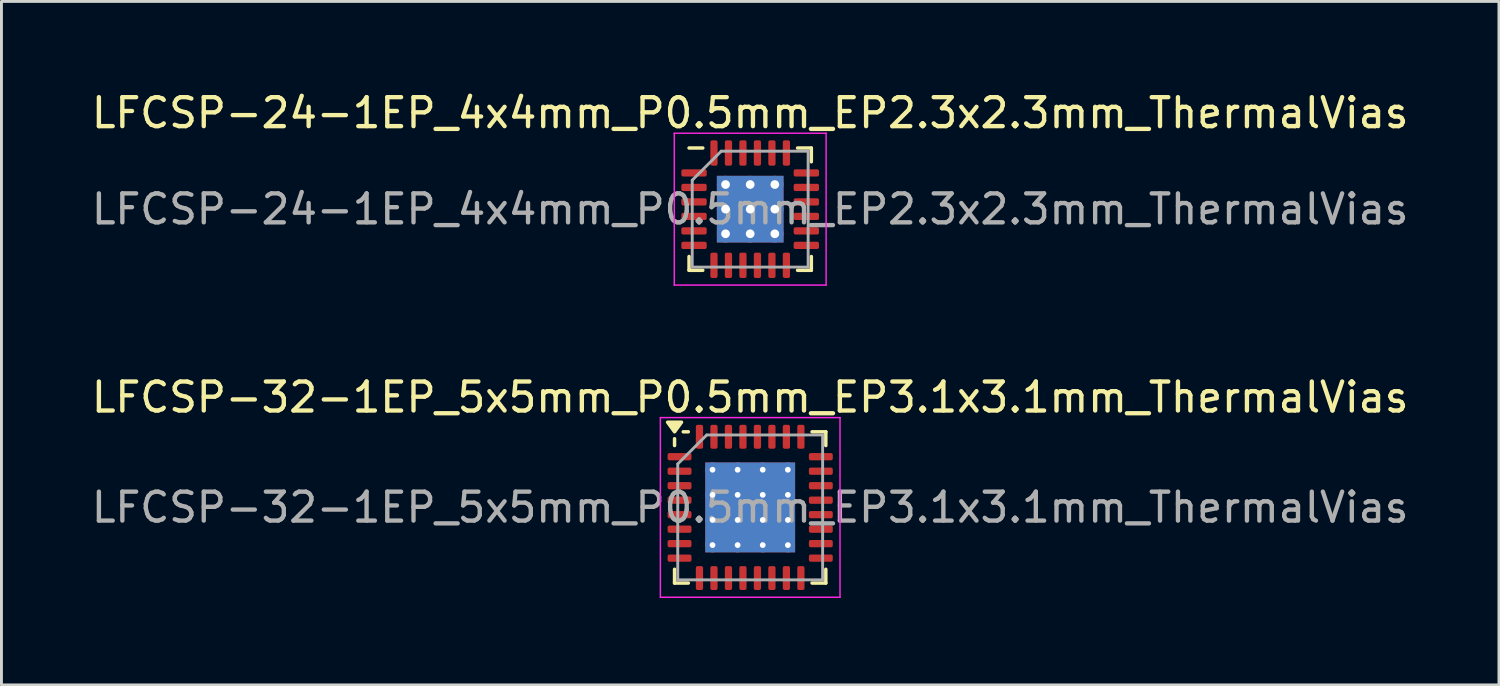
<source format=kicad_pcb>
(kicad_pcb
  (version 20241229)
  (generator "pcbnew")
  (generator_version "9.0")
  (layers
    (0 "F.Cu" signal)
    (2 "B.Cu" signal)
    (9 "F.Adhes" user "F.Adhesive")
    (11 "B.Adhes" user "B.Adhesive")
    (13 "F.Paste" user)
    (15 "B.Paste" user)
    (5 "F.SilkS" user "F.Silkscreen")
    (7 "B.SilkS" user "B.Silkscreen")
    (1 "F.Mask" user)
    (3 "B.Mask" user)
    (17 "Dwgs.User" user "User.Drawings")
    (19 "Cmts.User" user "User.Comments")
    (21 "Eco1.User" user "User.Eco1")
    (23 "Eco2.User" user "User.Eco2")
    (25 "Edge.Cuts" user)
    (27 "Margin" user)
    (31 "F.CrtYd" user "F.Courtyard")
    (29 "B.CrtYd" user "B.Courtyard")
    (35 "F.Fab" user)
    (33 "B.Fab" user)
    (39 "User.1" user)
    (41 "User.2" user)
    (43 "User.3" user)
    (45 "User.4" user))
  (footprint "LFCSP-32-1EP_5x5mm_P0.5mm_EP3.1x3.1mm_ThermalVias"
    (layer "F.Cu")
    (at 22.839 14.461)
    (property "Reference" "LFCSP-32-1EP_5x5mm_P0.5mm_EP3.1x3.1mm_ThermalVias" (at 0 -3.8 0) (layer "F.SilkS") (effects (font (size 1 1) (thickness 0.15))))
    (attr smd)
    (fp_line (start -2.61 -2.135) (end -2.61 -2.37) (stroke (width 0.12) (type solid)) (layer "F.SilkS"))
    (fp_line (start -2.61 2.61) (end -2.61 2.135) (stroke (width 0.12) (type solid)) (layer "F.SilkS"))
    (fp_line (start -2.135 -2.61) (end -2.31 -2.61) (stroke (width 0.12) (type solid)) (layer "F.SilkS"))
    (fp_line (start -2.135 2.61) (end -2.61 2.61) (stroke (width 0.12) (type solid)) (layer "F.SilkS"))
    (fp_line (start 2.135 -2.61) (end 2.61 -2.61) (stroke (width 0.12) (type solid)) (layer "F.SilkS"))
    (fp_line (start 2.135 2.61) (end 2.61 2.61) (stroke (width 0.12) (type solid)) (layer "F.SilkS"))
    (fp_line (start 2.61 -2.61) (end 2.61 -2.135) (stroke (width 0.12) (type solid)) (layer "F.SilkS"))
    (fp_line (start 2.61 2.61) (end 2.61 2.135) (stroke (width 0.12) (type solid)) (layer "F.SilkS"))
    (fp_poly (pts (xy -2.61 -2.61) (xy -2.85 -2.94) (xy -2.37 -2.94) (xy -2.61 -2.61)) (stroke (width 0.12) (type solid)) (fill yes) (layer "F.SilkS"))
    (fp_line (start -3.1 -3.1) (end -3.1 3.1) (stroke (width 0.05) (type solid)) (layer "F.CrtYd"))
    (fp_line (start -3.1 3.1) (end 3.1 3.1) (stroke (width 0.05) (type solid)) (layer "F.CrtYd"))
    (fp_line (start 3.1 -3.1) (end -3.1 -3.1) (stroke (width 0.05) (type solid)) (layer "F.CrtYd"))
    (fp_line (start 3.1 3.1) (end 3.1 -3.1) (stroke (width 0.05) (type solid)) (layer "F.CrtYd"))
    (fp_line (start -2.5 -1.5) (end -1.5 -2.5) (stroke (width 0.1) (type solid)) (layer "F.Fab"))
    (fp_line (start -2.5 2.5) (end -2.5 -1.5) (stroke (width 0.1) (type solid)) (layer "F.Fab"))
    (fp_line (start -1.5 -2.5) (end 2.5 -2.5) (stroke (width 0.1) (type solid)) (layer "F.Fab"))
    (fp_line (start 2.5 -2.5) (end 2.5 2.5) (stroke (width 0.1) (type solid)) (layer "F.Fab"))
    (fp_line (start 2.5 2.5) (end -2.5 2.5) (stroke (width 0.1) (type solid)) (layer "F.Fab"))
    (fp_text user "${REFERENCE}" (at 0 0 0) (layer "F.Fab") (effects (font (size 1 1) (thickness 0.15))))
    (pad "" smd custom (at -0.94 -0.94) (size 0.657 0.657) (layers "F.Paste") (options (anchor circle)) (primitives (gr_poly (pts (xy -0.24 -0.094) (xy -0.094 -0.24) (xy 0.094 -0.24) (xy 0.24 -0.094) (xy 0.24 0.094) (xy 0.094 0.24) (xy -0.094 0.24) (xy -0.24 0.094)) (width 0.353) (fill yes))))
    (pad "" smd custom (at -0.94 0) (size 0.657 0.657) (layers "F.Paste") (options (anchor circle)) (primitives (gr_poly (pts (xy -0.24 -0.094) (xy -0.094 -0.24) (xy 0.094 -0.24) (xy 0.24 -0.094) (xy 0.24 0.094) (xy 0.094 0.24) (xy -0.094 0.24) (xy -0.24 0.094)) (width 0.353) (fill yes))))
    (pad "" smd custom (at -0.94 0.93) (size 0.657 0.657) (layers "F.Paste") (options (anchor circle)) (primitives (gr_poly (pts (xy -0.24 -0.094) (xy -0.094 -0.24) (xy 0.094 -0.24) (xy 0.24 -0.094) (xy 0.24 0.094) (xy 0.094 0.24) (xy -0.094 0.24) (xy -0.24 0.094)) (width 0.353) (fill yes))))
    (pad "" smd custom (at 0 -0.94) (size 0.657 0.657) (layers "F.Paste") (options (anchor circle)) (primitives (gr_poly (pts (xy -0.24 -0.094) (xy -0.094 -0.24) (xy 0.094 -0.24) (xy 0.24 -0.094) (xy 0.24 0.094) (xy 0.094 0.24) (xy -0.094 0.24) (xy -0.24 0.094)) (width 0.353) (fill yes))))
    (pad "" smd custom (at 0 0) (size 0.657 0.657) (layers "F.Paste") (options (anchor circle)) (primitives (gr_poly (pts (xy -0.24 -0.094) (xy -0.094 -0.24) (xy 0.094 -0.24) (xy 0.24 -0.094) (xy 0.24 0.094) (xy 0.094 0.24) (xy -0.094 0.24) (xy -0.24 0.094)) (width 0.353) (fill yes))))
    (pad "" smd custom (at 0 0.93) (size 0.657 0.657) (layers "F.Paste") (options (anchor circle)) (primitives (gr_poly (pts (xy -0.24 -0.094) (xy -0.094 -0.24) (xy 0.094 -0.24) (xy 0.24 -0.094) (xy 0.24 0.094) (xy 0.094 0.24) (xy -0.094 0.24) (xy -0.24 0.094)) (width 0.353) (fill yes))))
    (pad "" smd custom (at 0.93 -0.94) (size 0.657 0.657) (layers "F.Paste") (options (anchor circle)) (primitives (gr_poly (pts (xy -0.24 -0.094) (xy -0.094 -0.24) (xy 0.094 -0.24) (xy 0.24 -0.094) (xy 0.24 0.094) (xy 0.094 0.24) (xy -0.094 0.24) (xy -0.24 0.094)) (width 0.353) (fill yes))))
    (pad "" smd custom (at 0.93 0) (size 0.657 0.657) (layers "F.Paste") (options (anchor circle)) (primitives (gr_poly (pts (xy -0.24 -0.094) (xy -0.094 -0.24) (xy 0.094 -0.24) (xy 0.24 -0.094) (xy 0.24 0.094) (xy 0.094 0.24) (xy -0.094 0.24) (xy -0.24 0.094)) (width 0.353) (fill yes))))
    (pad "" smd custom (at 0.93 0.93) (size 0.657 0.657) (layers "F.Paste") (options (anchor circle)) (primitives (gr_poly (pts (xy -0.24 -0.094) (xy -0.094 -0.24) (xy 0.094 -0.24) (xy 0.24 -0.094) (xy 0.24 0.094) (xy 0.094 0.24) (xy -0.094 0.24) (xy -0.24 0.094)) (width 0.353) (fill yes))))
    (pad "1" smd roundrect (at -2.438 -1.75) (size 0.825 0.25) (layers "F.Cu" "F.Mask" "F.Paste") (roundrect_rratio 0.25))
    (pad "2" smd roundrect (at -2.438 -1.25) (size 0.825 0.25) (layers "F.Cu" "F.Mask" "F.Paste") (roundrect_rratio 0.25))
    (pad "3" smd roundrect (at -2.438 -0.75) (size 0.825 0.25) (layers "F.Cu" "F.Mask" "F.Paste") (roundrect_rratio 0.25))
    (pad "4" smd roundrect (at -2.438 -0.25) (size 0.825 0.25) (layers "F.Cu" "F.Mask" "F.Paste") (roundrect_rratio 0.25))
    (pad "5" smd roundrect (at -2.438 0.25) (size 0.825 0.25) (layers "F.Cu" "F.Mask" "F.Paste") (roundrect_rratio 0.25))
    (pad "6" smd roundrect (at -2.438 0.75) (size 0.825 0.25) (layers "F.Cu" "F.Mask" "F.Paste") (roundrect_rratio 0.25))
    (pad "7" smd roundrect (at -2.438 1.25) (size 0.825 0.25) (layers "F.Cu" "F.Mask" "F.Paste") (roundrect_rratio 0.25))
    (pad "8" smd roundrect (at -2.438 1.75) (size 0.825 0.25) (layers "F.Cu" "F.Mask" "F.Paste") (roundrect_rratio 0.25))
    (pad "9" smd roundrect (at -1.75 2.438) (size 0.25 0.825) (layers "F.Cu" "F.Mask" "F.Paste") (roundrect_rratio 0.25))
    (pad "10" smd roundrect (at -1.25 2.438) (size 0.25 0.825) (layers "F.Cu" "F.Mask" "F.Paste") (roundrect_rratio 0.25))
    (pad "11" smd roundrect (at -0.75 2.438) (size 0.25 0.825) (layers "F.Cu" "F.Mask" "F.Paste") (roundrect_rratio 0.25))
    (pad "12" smd roundrect (at -0.25 2.438) (size 0.25 0.825) (layers "F.Cu" "F.Mask" "F.Paste") (roundrect_rratio 0.25))
    (pad "13" smd roundrect (at 0.25 2.438) (size 0.25 0.825) (layers "F.Cu" "F.Mask" "F.Paste") (roundrect_rratio 0.25))
    (pad "14" smd roundrect (at 0.75 2.438) (size 0.25 0.825) (layers "F.Cu" "F.Mask" "F.Paste") (roundrect_rratio 0.25))
    (pad "15" smd roundrect (at 1.25 2.438) (size 0.25 0.825) (layers "F.Cu" "F.Mask" "F.Paste") (roundrect_rratio 0.25))
    (pad "16" smd roundrect (at 1.75 2.438) (size 0.25 0.825) (layers "F.Cu" "F.Mask" "F.Paste") (roundrect_rratio 0.25))
    (pad "17" smd roundrect (at 2.438 1.75) (size 0.825 0.25) (layers "F.Cu" "F.Mask" "F.Paste") (roundrect_rratio 0.25))
    (pad "18" smd roundrect (at 2.438 1.25) (size 0.825 0.25) (layers "F.Cu" "F.Mask" "F.Paste") (roundrect_rratio 0.25))
    (pad "19" smd roundrect (at 2.438 0.75) (size 0.825 0.25) (layers "F.Cu" "F.Mask" "F.Paste") (roundrect_rratio 0.25))
    (pad "20" smd roundrect (at 2.438 0.25) (size 0.825 0.25) (layers "F.Cu" "F.Mask" "F.Paste") (roundrect_rratio 0.25))
    (pad "21" smd roundrect (at 2.438 -0.25) (size 0.825 0.25) (layers "F.Cu" "F.Mask" "F.Paste") (roundrect_rratio 0.25))
    (pad "22" smd roundrect (at 2.438 -0.75) (size 0.825 0.25) (layers "F.Cu" "F.Mask" "F.Paste") (roundrect_rratio 0.25))
    (pad "23" smd roundrect (at 2.438 -1.25) (size 0.825 0.25) (layers "F.Cu" "F.Mask" "F.Paste") (roundrect_rratio 0.25))
    (pad "24" smd roundrect (at 2.438 -1.75) (size 0.825 0.25) (layers "F.Cu" "F.Mask" "F.Paste") (roundrect_rratio 0.25))
    (pad "25" smd roundrect (at 1.75 -2.438) (size 0.25 0.825) (layers "F.Cu" "F.Mask" "F.Paste") (roundrect_rratio 0.25))
    (pad "26" smd roundrect (at 1.25 -2.438) (size 0.25 0.825) (layers "F.Cu" "F.Mask" "F.Paste") (roundrect_rratio 0.25))
    (pad "27" smd roundrect (at 0.75 -2.438) (size 0.25 0.825) (layers "F.Cu" "F.Mask" "F.Paste") (roundrect_rratio 0.25))
    (pad "28" smd roundrect (at 0.25 -2.438) (size 0.25 0.825) (layers "F.Cu" "F.Mask" "F.Paste") (roundrect_rratio 0.25))
    (pad "29" smd roundrect (at -0.25 -2.438) (size 0.25 0.825) (layers "F.Cu" "F.Mask" "F.Paste") (roundrect_rratio 0.25))
    (pad "30" smd roundrect (at -0.75 -2.438) (size 0.25 0.825) (layers "F.Cu" "F.Mask" "F.Paste") (roundrect_rratio 0.25))
    (pad "31" smd roundrect (at -1.25 -2.438) (size 0.25 0.825) (layers "F.Cu" "F.Mask" "F.Paste") (roundrect_rratio 0.25))
    (pad "32" smd roundrect (at -1.75 -2.438) (size 0.25 0.825) (layers "F.Cu" "F.Mask" "F.Paste") (roundrect_rratio 0.25))
    (pad "33" thru_hole circle (at -1.3 -1.3) (size 0.5 0.5) (drill 0.2) (property pad_prop_heatsink) (layers "*.Cu"))
    (pad "33" thru_hole circle (at -1.3 -0.433) (size 0.5 0.5) (drill 0.2) (property pad_prop_heatsink) (layers "*.Cu"))
    (pad "33" thru_hole circle (at -1.3 0.433) (size 0.5 0.5) (drill 0.2) (property pad_prop_heatsink) (layers "*.Cu"))
    (pad "33" thru_hole circle (at -1.3 1.3) (size 0.5 0.5) (drill 0.2) (property pad_prop_heatsink) (layers "*.Cu"))
    (pad "33" thru_hole circle (at -0.433 -1.3) (size 0.5 0.5) (drill 0.2) (property pad_prop_heatsink) (layers "*.Cu"))
    (pad "33" thru_hole circle (at -0.433 -0.433) (size 0.5 0.5) (drill 0.2) (property pad_prop_heatsink) (layers "*.Cu"))
    (pad "33" thru_hole circle (at -0.433 0.433) (size 0.5 0.5) (drill 0.2) (property pad_prop_heatsink) (layers "*.Cu"))
    (pad "33" thru_hole circle (at -0.433 1.3) (size 0.5 0.5) (drill 0.2) (property pad_prop_heatsink) (layers "*.Cu"))
    (pad "33" smd rect (at 0 0) (size 3.1 3.1) (property pad_prop_heatsink) (layers "F.Cu" "F.Mask"))
    (pad "33" smd rect (at 0 0) (size 3.1 3.1) (property pad_prop_heatsink) (layers "B.Cu"))
    (pad "33" thru_hole circle (at 0.433 -1.3) (size 0.5 0.5) (drill 0.2) (property pad_prop_heatsink) (layers "*.Cu"))
    (pad "33" thru_hole circle (at 0.433 -0.433) (size 0.5 0.5) (drill 0.2) (property pad_prop_heatsink) (layers "*.Cu"))
    (pad "33" thru_hole circle (at 0.433 0.433) (size 0.5 0.5) (drill 0.2) (property pad_prop_heatsink) (layers "*.Cu"))
    (pad "33" thru_hole circle (at 0.433 1.3) (size 0.5 0.5) (drill 0.2) (property pad_prop_heatsink) (layers "*.Cu"))
    (pad "33" thru_hole circle (at 1.3 -1.3) (size 0.5 0.5) (drill 0.2) (property pad_prop_heatsink) (layers "*.Cu"))
    (pad "33" thru_hole circle (at 1.3 -0.433) (size 0.5 0.5) (drill 0.2) (property pad_prop_heatsink) (layers "*.Cu"))
    (pad "33" thru_hole circle (at 1.3 0.433) (size 0.5 0.5) (drill 0.2) (property pad_prop_heatsink) (layers "*.Cu"))
    (pad "33" thru_hole circle (at 1.3 1.3) (size 0.5 0.5) (drill 0.2) (property pad_prop_heatsink) (layers "*.Cu")))
  (footprint "LFCSP-24-1EP_4x4mm_P0.5mm_EP2.3x2.3mm_ThermalVias"
    (layer "F.Cu")
    (at 22.839 4.168)
    (property "Reference" "LFCSP-24-1EP_4x4mm_P0.5mm_EP2.3x2.3mm_ThermalVias" (at 0 -3.32 0) (layer "F.SilkS") (effects (font (size 1 1) (thickness 0.15))))
    (attr smd)
    (fp_line (start -2.11 2.11) (end -2.11 1.635) (stroke (width 0.12) (type solid)) (layer "F.SilkS"))
    (fp_line (start -1.635 -2.11) (end -2.11 -2.11) (stroke (width 0.12) (type solid)) (layer "F.SilkS"))
    (fp_line (start -1.635 2.11) (end -2.11 2.11) (stroke (width 0.12) (type solid)) (layer "F.SilkS"))
    (fp_line (start 1.635 -2.11) (end 2.11 -2.11) (stroke (width 0.12) (type solid)) (layer "F.SilkS"))
    (fp_line (start 1.635 2.11) (end 2.11 2.11) (stroke (width 0.12) (type solid)) (layer "F.SilkS"))
    (fp_line (start 2.11 -2.11) (end 2.11 -1.635) (stroke (width 0.12) (type solid)) (layer "F.SilkS"))
    (fp_line (start 2.11 2.11) (end 2.11 1.635) (stroke (width 0.12) (type solid)) (layer "F.SilkS"))
    (fp_line (start -2.62 -2.62) (end -2.62 2.62) (stroke (width 0.05) (type solid)) (layer "F.CrtYd"))
    (fp_line (start -2.62 2.62) (end 2.62 2.62) (stroke (width 0.05) (type solid)) (layer "F.CrtYd"))
    (fp_line (start 2.62 -2.62) (end -2.62 -2.62) (stroke (width 0.05) (type solid)) (layer "F.CrtYd"))
    (fp_line (start 2.62 2.62) (end 2.62 -2.62) (stroke (width 0.05) (type solid)) (layer "F.CrtYd"))
    (fp_line (start -2 -1) (end -1 -2) (stroke (width 0.1) (type solid)) (layer "F.Fab"))
    (fp_line (start -2 2) (end -2 -1) (stroke (width 0.1) (type solid)) (layer "F.Fab"))
    (fp_line (start -1 -2) (end 2 -2) (stroke (width 0.1) (type solid)) (layer "F.Fab"))
    (fp_line (start 2 -2) (end 2 2) (stroke (width 0.1) (type solid)) (layer "F.Fab"))
    (fp_line (start 2 2) (end -2 2) (stroke (width 0.1) (type solid)) (layer "F.Fab"))
    (fp_text user "${REFERENCE}" (at 0 0 0) (layer "F.Fab") (effects (font (size 1 1) (thickness 0.15))))
    (pad "" smd roundrect (at -0.575 -0.575) (size 0.96 0.96) (layers "F.Paste") (roundrect_rratio 0.25))
    (pad "" smd roundrect (at -0.575 0.575) (size 0.96 0.96) (layers "F.Paste") (roundrect_rratio 0.25))
    (pad "" smd roundrect (at 0.575 -0.575) (size 0.96 0.96) (layers "F.Paste") (roundrect_rratio 0.25))
    (pad "" smd roundrect (at 0.575 0.575) (size 0.96 0.96) (layers "F.Paste") (roundrect_rratio 0.25))
    (pad "1" smd roundrect (at -1.938 -1.25) (size 0.875 0.25) (layers "F.Cu" "F.Mask" "F.Paste") (roundrect_rratio 0.25))
    (pad "2" smd roundrect (at -1.938 -0.75) (size 0.875 0.25) (layers "F.Cu" "F.Mask" "F.Paste") (roundrect_rratio 0.25))
    (pad "3" smd roundrect (at -1.938 -0.25) (size 0.875 0.25) (layers "F.Cu" "F.Mask" "F.Paste") (roundrect_rratio 0.25))
    (pad "4" smd roundrect (at -1.938 0.25) (size 0.875 0.25) (layers "F.Cu" "F.Mask" "F.Paste") (roundrect_rratio 0.25))
    (pad "5" smd roundrect (at -1.938 0.75) (size 0.875 0.25) (layers "F.Cu" "F.Mask" "F.Paste") (roundrect_rratio 0.25))
    (pad "6" smd roundrect (at -1.938 1.25) (size 0.875 0.25) (layers "F.Cu" "F.Mask" "F.Paste") (roundrect_rratio 0.25))
    (pad "7" smd roundrect (at -1.25 1.938) (size 0.25 0.875) (layers "F.Cu" "F.Mask" "F.Paste") (roundrect_rratio 0.25))
    (pad "8" smd roundrect (at -0.75 1.938) (size 0.25 0.875) (layers "F.Cu" "F.Mask" "F.Paste") (roundrect_rratio 0.25))
    (pad "9" smd roundrect (at -0.25 1.938) (size 0.25 0.875) (layers "F.Cu" "F.Mask" "F.Paste") (roundrect_rratio 0.25))
    (pad "10" smd roundrect (at 0.25 1.938) (size 0.25 0.875) (layers "F.Cu" "F.Mask" "F.Paste") (roundrect_rratio 0.25))
    (pad "11" smd roundrect (at 0.75 1.938) (size 0.25 0.875) (layers "F.Cu" "F.Mask" "F.Paste") (roundrect_rratio 0.25))
    (pad "12" smd roundrect (at 1.25 1.938) (size 0.25 0.875) (layers "F.Cu" "F.Mask" "F.Paste") (roundrect_rratio 0.25))
    (pad "13" smd roundrect (at 1.938 1.25) (size 0.875 0.25) (layers "F.Cu" "F.Mask" "F.Paste") (roundrect_rratio 0.25))
    (pad "14" smd roundrect (at 1.938 0.75) (size 0.875 0.25) (layers "F.Cu" "F.Mask" "F.Paste") (roundrect_rratio 0.25))
    (pad "15" smd roundrect (at 1.938 0.25) (size 0.875 0.25) (layers "F.Cu" "F.Mask" "F.Paste") (roundrect_rratio 0.25))
    (pad "16" smd roundrect (at 1.938 -0.25) (size 0.875 0.25) (layers "F.Cu" "F.Mask" "F.Paste") (roundrect_rratio 0.25))
    (pad "17" smd roundrect (at 1.938 -0.75) (size 0.875 0.25) (layers "F.Cu" "F.Mask" "F.Paste") (roundrect_rratio 0.25))
    (pad "18" smd roundrect (at 1.938 -1.25) (size 0.875 0.25) (layers "F.Cu" "F.Mask" "F.Paste") (roundrect_rratio 0.25))
    (pad "19" smd roundrect (at 1.25 -1.938) (size 0.25 0.875) (layers "F.Cu" "F.Mask" "F.Paste") (roundrect_rratio 0.25))
    (pad "20" smd roundrect (at 0.75 -1.938) (size 0.25 0.875) (layers "F.Cu" "F.Mask" "F.Paste") (roundrect_rratio 0.25))
    (pad "21" smd roundrect (at 0.25 -1.938) (size 0.25 0.875) (layers "F.Cu" "F.Mask" "F.Paste") (roundrect_rratio 0.25))
    (pad "22" smd roundrect (at -0.25 -1.938) (size 0.25 0.875) (layers "F.Cu" "F.Mask" "F.Paste") (roundrect_rratio 0.25))
    (pad "23" smd roundrect (at -0.75 -1.938) (size 0.25 0.875) (layers "F.Cu" "F.Mask" "F.Paste") (roundrect_rratio 0.25))
    (pad "24" smd roundrect (at -1.25 -1.938) (size 0.25 0.875) (layers "F.Cu" "F.Mask" "F.Paste") (roundrect_rratio 0.25))
    (pad "25" thru_hole circle (at -0.85 -0.85) (size 0.6 0.6) (drill 0.3) (layers "*.Cu"))
    (pad "25" thru_hole circle (at -0.85 0) (size 0.6 0.6) (drill 0.3) (layers "*.Cu"))
    (pad "25" thru_hole circle (at -0.85 0.85) (size 0.6 0.6) (drill 0.3) (layers "*.Cu"))
    (pad "25" thru_hole circle (at 0 -0.85) (size 0.6 0.6) (drill 0.3) (layers "*.Cu"))
    (pad "25" thru_hole circle (at 0 0) (size 0.6 0.6) (drill 0.3) (layers "*.Cu"))
    (pad "25" smd rect (at 0 0) (size 2.3 2.3) (layers "F.Cu" "F.Mask"))
    (pad "25" smd rect (at 0 0) (size 2.3 2.3) (layers "B.Cu"))
    (pad "25" thru_hole circle (at 0 0.85) (size 0.6 0.6) (drill 0.3) (layers "*.Cu"))
    (pad "25" thru_hole circle (at 0.85 -0.85) (size 0.6 0.6) (drill 0.3) (layers "*.Cu"))
    (pad "25" thru_hole circle (at 0.85 0) (size 0.6 0.6) (drill 0.3) (layers "*.Cu"))
    (pad "25" thru_hole circle (at 0.85 0.85) (size 0.6 0.6) (drill 0.3) (layers "*.Cu")))
  (gr_rect
    (start -3 -3)
    (end 48.679 20.587)
    (stroke (width 0.1) (type default))
    (fill no)
    (layer "Edge.Cuts")))
</source>
